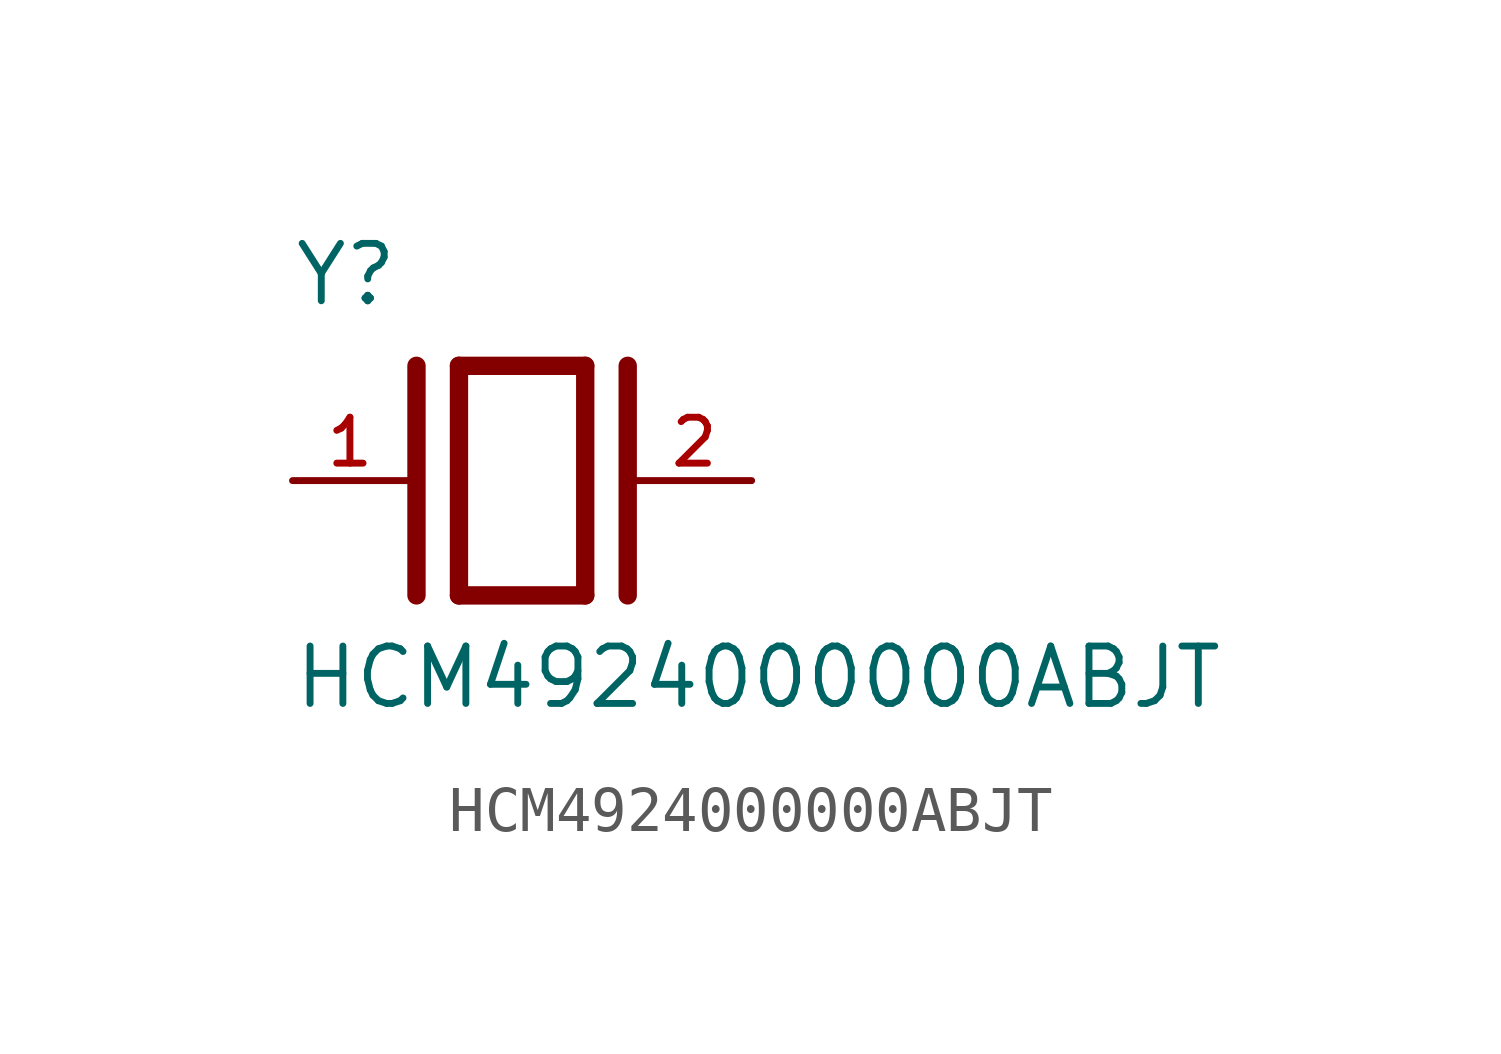
<source format=kicad_sym>
(kicad_symbol_lib
  (version 20211014)
  (generator kicad_symbol_editor)
  (symbol "HCM4924000000ABJT"
    (pin_names
      (offset 1.016))
    (property "Reference" "Y"
      (at -5.088 3.816 0)
      (effects (font (size 1.27 1.27)) (justify bottom left)))
    (property "Value" "HCM4924000000ABJT"
      (at -5.094 -5.094 0)
      (effects (font (size 1.27 1.27)) (justify bottom left)))
    (symbol "HCM4924000000ABJT_0_0"
      (polyline (pts (xy -1.397 2.54) (xy 1.397 2.54)) (stroke (width 0.406)))
      (polyline (pts (xy 1.397 2.54) (xy 1.397 -2.54)) (stroke (width 0.406)))
      (polyline (pts (xy 1.397 -2.54) (xy -1.397 -2.54)) (stroke (width 0.406)))
      (polyline (pts (xy -1.397 2.54) (xy -1.397 -2.54)) (stroke (width 0.406)))
      (polyline (pts (xy 2.337 2.54) (xy 2.337 -2.54)) (stroke (width 0.406)))
      (polyline (pts (xy -2.337 2.54) (xy -2.337 -2.54)) (stroke (width 0.406)))
      (pin passive line (at 5.08 0.0 180.0) (length 2.54) (name "~" (effects (font (size 1.016 1.016)))) (number "2" (effects (font (size 1.016 1.016)))))
      (pin passive line (at -5.08 0.0 0) (length 2.54) (name "~" (effects (font (size 1.016 1.016)))) (number "1" (effects (font (size 1.016 1.016))))))))
</source>
